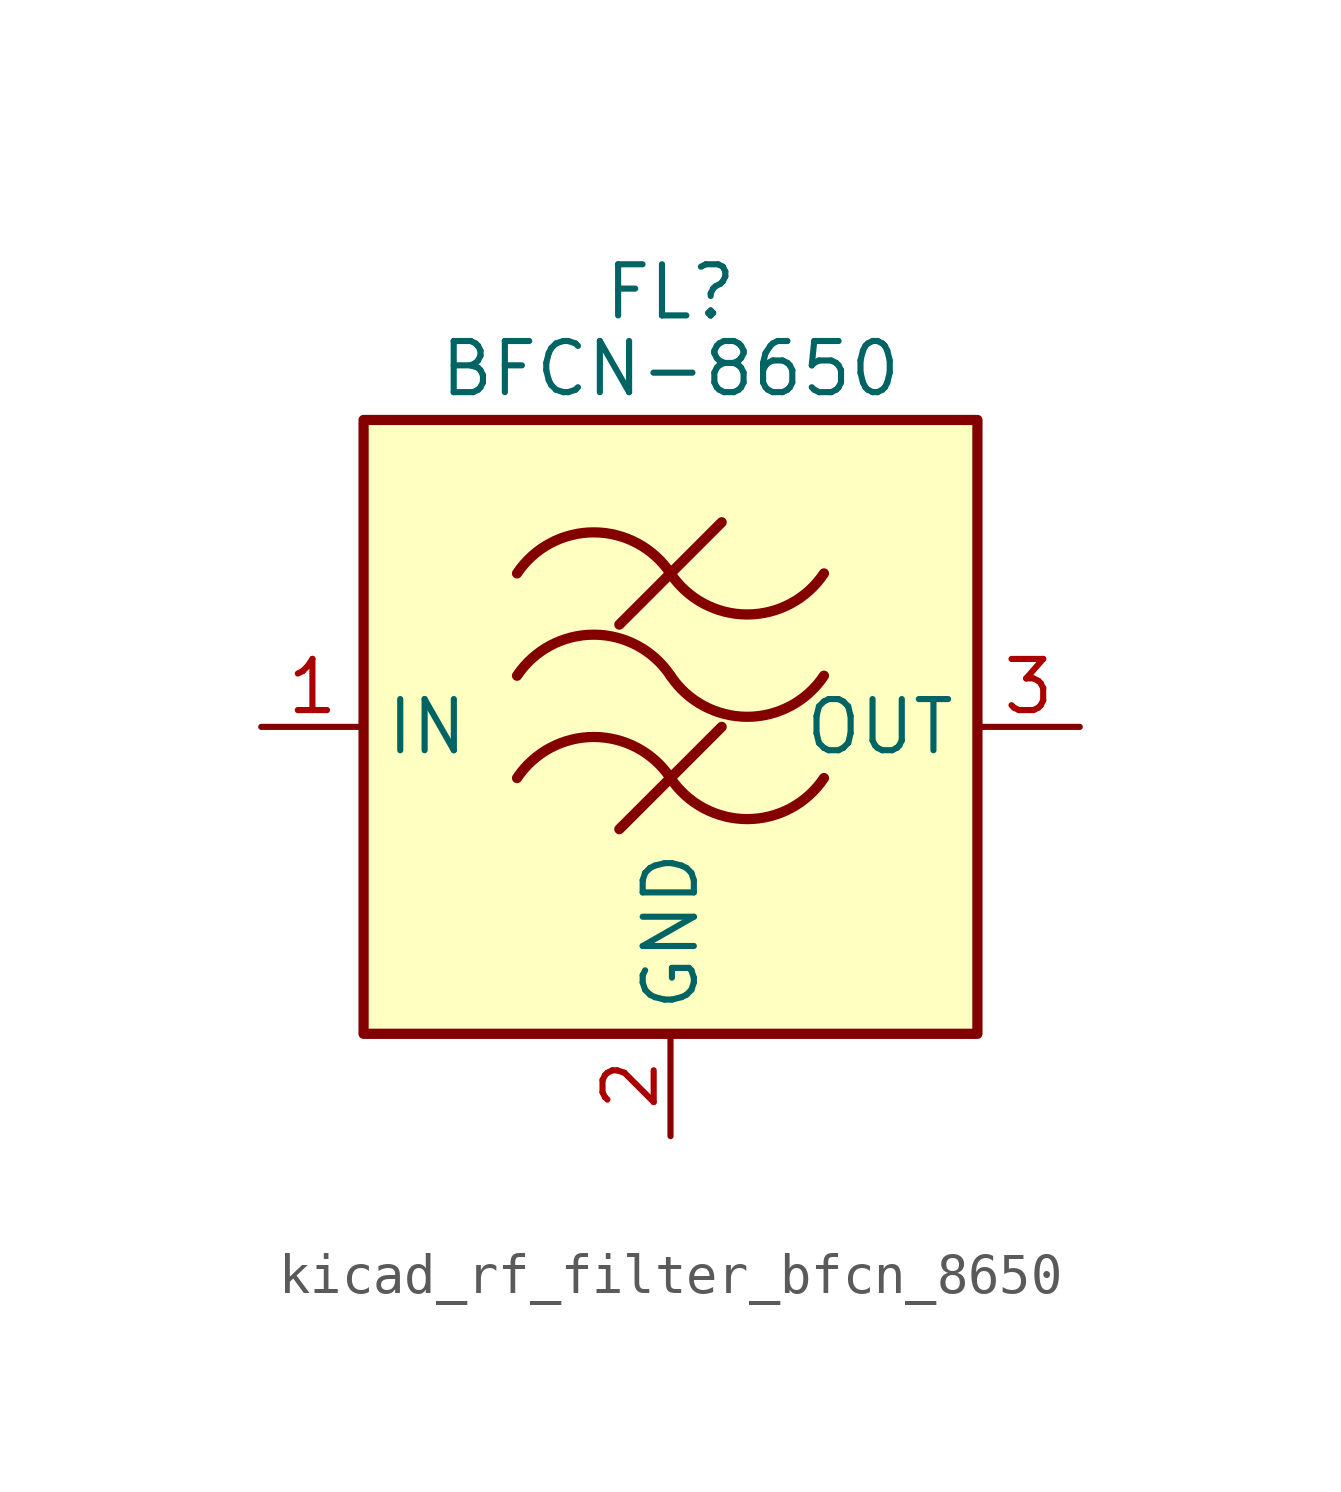
<source format=kicad_sym>
(kicad_symbol_lib
  (version 20220914)
  (generator kicad_symbol_editor)
  (symbol "kicad_rf_filter_bfcn_8650"
    (property "Reference" "FL"
      (at 0 10.795 0)
      (effects (font (size 1.27 1.27))))
    (property "Value" "BFCN-8650"
      (at 0 8.89 0)
      (effects (font (size 1.27 1.27))))
    (symbol "kicad_rf_filter_bfcn_8650_0_1"
      (rectangle (start -7.62 7.62) (end 7.62 -7.62) (stroke (width 0.254) (type default)) (fill (type background)))
      (arc (start 0 -1.27) (mid -1.905 -0.2505) (end -3.81 -1.27) (stroke (width 0.254) (type default)) (fill (type none)))
      (arc (start 0 -1.27) (mid 1.905 -2.2895) (end 3.81 -1.27) (stroke (width 0.254) (type default)) (fill (type none)))
      (polyline (pts (xy -1.27 -2.54) (xy 1.27 0)) (stroke (width 0.254) (type default)) (fill (type none)))
      (polyline (pts (xy -1.27 2.54) (xy 1.27 5.08)) (stroke (width 0.254) (type default)) (fill (type none)))
      (arc (start 0 1.27) (mid -1.905 2.2895) (end -3.81 1.27) (stroke (width 0.254) (type default)) (fill (type none)))
      (arc (start 0 1.27) (mid 1.905 0.2505) (end 3.81 1.27) (stroke (width 0.254) (type default)) (fill (type none)))
      (arc (start 0 3.81) (mid -1.905 4.8295) (end -3.81 3.81) (stroke (width 0.254) (type default)) (fill (type none)))
      (arc (start 0 3.81) (mid 1.905 2.7905) (end 3.81 3.81) (stroke (width 0.254) (type default)) (fill (type none))))
    (symbol "kicad_rf_filter_bfcn_8650_1_1"
      (pin passive line (at -10.16 0 0) (length 2.54) (name "IN" (effects (font (size 1.27 1.27)))) (number "1" (effects (font (size 1.27 1.27)))))
      (pin passive line (at 0 -10.16 90) (length 2.54) (name "GND" (effects (font (size 1.27 1.27)))) (number "2" (effects (font (size 1.27 1.27)))))
      (pin passive line (at 10.16 0 180) (length 2.54) (name "OUT" (effects (font (size 1.27 1.27)))) (number "3" (effects (font (size 1.27 1.27)))))
      (pin passive line (at 0 -10.16 90) (length 2.54) hide (name "GND" (effects (font (size 1.27 1.27)))) (number "4" (effects (font (size 1.27 1.27))))))))
</source>
